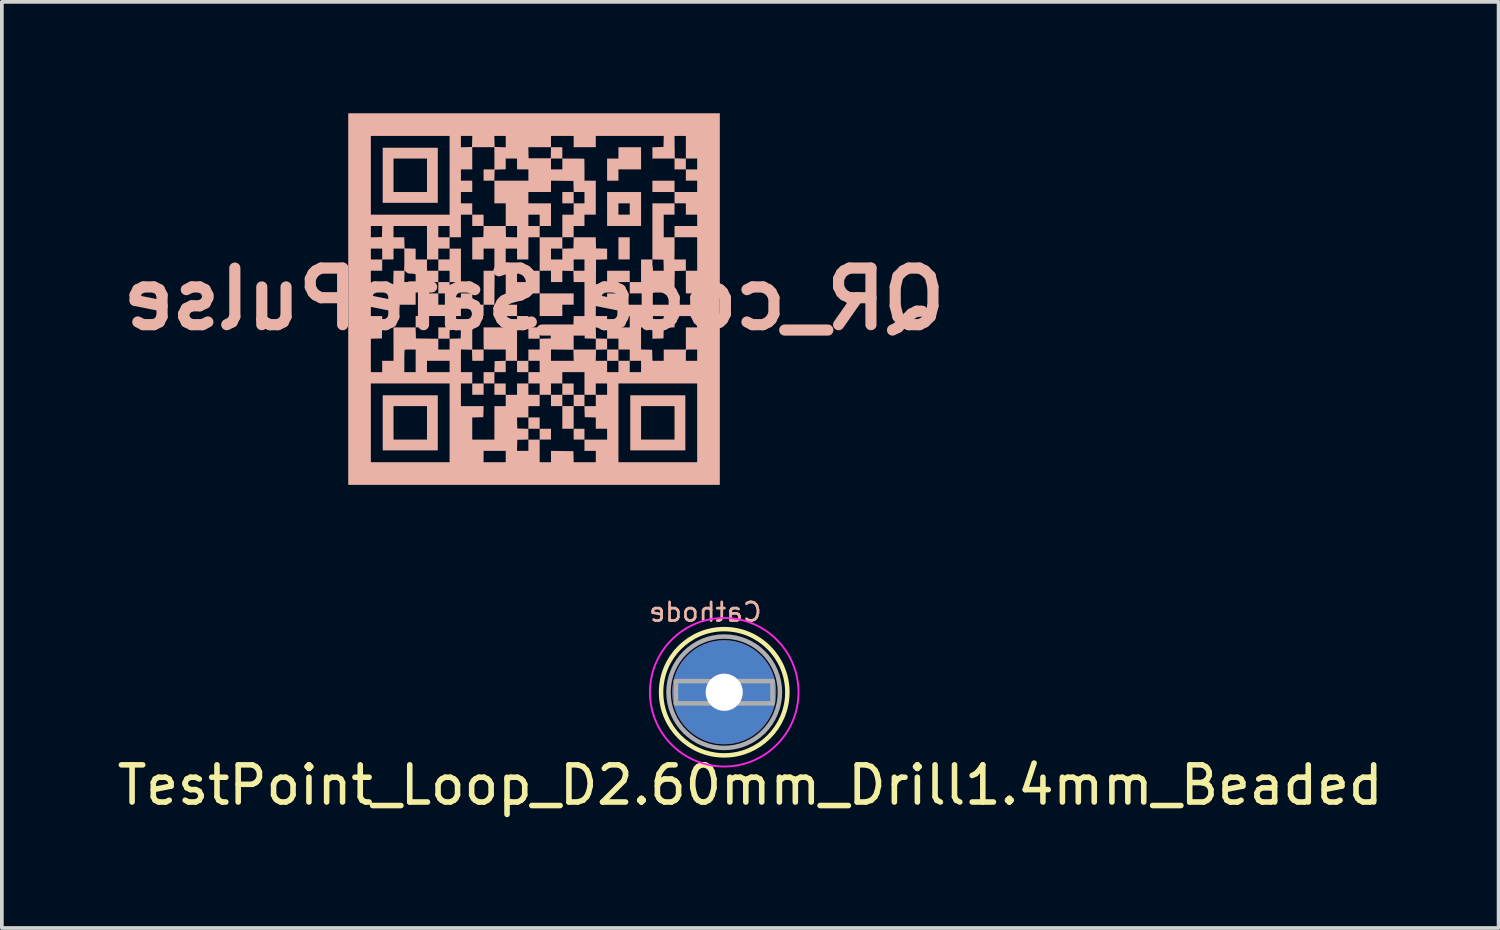
<source format=kicad_pcb>
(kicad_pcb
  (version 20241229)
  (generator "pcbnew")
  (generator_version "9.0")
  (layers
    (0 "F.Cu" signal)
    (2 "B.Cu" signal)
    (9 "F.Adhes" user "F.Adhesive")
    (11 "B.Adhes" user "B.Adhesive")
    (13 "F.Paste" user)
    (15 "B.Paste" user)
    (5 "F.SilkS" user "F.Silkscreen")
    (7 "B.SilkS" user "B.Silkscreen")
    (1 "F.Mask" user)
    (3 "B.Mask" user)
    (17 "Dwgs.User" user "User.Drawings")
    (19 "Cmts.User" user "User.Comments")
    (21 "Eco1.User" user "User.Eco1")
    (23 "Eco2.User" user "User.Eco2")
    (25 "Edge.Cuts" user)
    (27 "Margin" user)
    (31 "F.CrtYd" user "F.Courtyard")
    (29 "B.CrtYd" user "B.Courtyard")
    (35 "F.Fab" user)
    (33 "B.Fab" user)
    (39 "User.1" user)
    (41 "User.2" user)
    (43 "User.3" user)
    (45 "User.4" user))
  (footprint "TestPoint_Loop_D2.60mm_Drill1.4mm_Beaded"
    (layer "F.Cu")
    (at 16.449 15.588)
    (property "Reference" "TestPoint_Loop_D2.60mm_Drill1.4mm_Beaded" (at 0.7 2.5 0) (layer "F.SilkS") (effects (font (size 1 1) (thickness 0.15))))
    (property "Value" "Cathode" (at -0.508 -2.413 0) (layer "F.SilkS") (hide yes) (effects (font (size 0.5 0.5) (thickness 0.075))))
    (attr through_hole)
    (fp_circle (center 0 0) (end 1.7 0) (stroke (width 0.12) (type solid)) (fill no) (layer "F.SilkS"))
    (fp_circle (center 0 0) (end 2 0) (stroke (width 0.05) (type solid)) (fill no) (layer "F.CrtYd"))
    (fp_line (start -1.3 -0.3) (end -1.3 0.3) (stroke (width 0.12) (type solid)) (layer "F.Fab"))
    (fp_line (start -1.3 0.3) (end 1.3 0.3) (stroke (width 0.12) (type solid)) (layer "F.Fab"))
    (fp_line (start 1.3 -0.3) (end -1.3 -0.3) (stroke (width 0.12) (type solid)) (layer "F.Fab"))
    (fp_line (start 1.3 0.3) (end 1.3 -0.3) (stroke (width 0.12) (type solid)) (layer "F.Fab"))
    (fp_circle (center 0 0) (end 1.5 0) (stroke (width 0.12) (type solid)) (fill no) (layer "F.Fab"))
    (fp_text user "${VALUE}" (at -0.508 -2.159 0) (layer "B.SilkS") (effects (font (size 0.5 0.5) (thickness 0.075)) (justify mirror)))
    (pad "1" thru_hole circle (at 0 0) (size 2.8 2.8) (drill 1) (layers "*.Cu" "*.Mask")))
  (footprint "QR_code_SafePulse"
    (layer "F.Cu")
    (at 11.328 5.002)
    (property "Reference" "QR_code_SafePulse" (at 0 0 0) (layer "B.SilkS") (effects (font (size 1.524 1.524) (thickness 0.3)) (justify mirror)))
    (attr through_hole)
    (fp_poly (pts (xy -2.882 0.457) (xy -3.187 0.457) (xy -3.187 0.762) (xy -2.882 0.762)) (stroke (width 0) (type solid)) (fill yes) (layer "B.SilkS"))
    (fp_poly (pts (xy -2.273 -0.457) (xy -2.577 -0.457) (xy -2.577 -0.152) (xy -2.273 -0.152)) (stroke (width 0) (type solid)) (fill yes) (layer "B.SilkS"))
    (fp_poly (pts (xy -2.273 0.762) (xy -2.577 0.762) (xy -2.577 1.067) (xy -2.273 1.067)) (stroke (width 0) (type solid)) (fill yes) (layer "B.SilkS"))
    (fp_poly (pts (xy -1.663 -0.152) (xy -1.968 -0.152) (xy -1.968 0.152) (xy -1.663 0.152)) (stroke (width 0) (type solid)) (fill yes) (layer "B.SilkS"))
    (fp_poly (pts (xy -1.358 -2.273) (xy -1.663 -2.273) (xy -1.663 -1.968) (xy -1.358 -1.968)) (stroke (width 0) (type solid)) (fill yes) (layer "B.SilkS"))
    (fp_poly (pts (xy -1.358 0.152) (xy -1.663 0.152) (xy -1.663 0.457) (xy -1.358 0.457)) (stroke (width 0) (type solid)) (fill yes) (layer "B.SilkS"))
    (fp_poly (pts (xy -1.358 2.273) (xy -1.663 2.273) (xy -1.663 2.577) (xy -1.358 2.577)) (stroke (width 0) (type solid)) (fill yes) (layer "B.SilkS"))
    (fp_poly (pts (xy -0.762 2.273) (xy -1.067 2.273) (xy -1.067 2.577) (xy -0.762 2.577)) (stroke (width 0) (type solid)) (fill yes) (layer "B.SilkS"))
    (fp_poly (pts (xy -0.457 0.152) (xy -1.067 0.152) (xy -1.067 0.457) (xy -0.457 0.457)) (stroke (width 0) (type solid)) (fill yes) (layer "B.SilkS"))
    (fp_poly (pts (xy -0.152 0.457) (xy -0.457 0.457) (xy -0.457 0.762) (xy -0.152 0.762)) (stroke (width 0) (type solid)) (fill yes) (layer "B.SilkS"))
    (fp_poly (pts (xy -0.152 1.663) (xy -0.457 1.663) (xy -0.457 1.968) (xy -0.152 1.968)) (stroke (width 0) (type solid)) (fill yes) (layer "B.SilkS"))
    (fp_poly (pts (xy 0.152 0.762) (xy -0.152 0.762) (xy -0.152 1.067) (xy 0.152 1.067)) (stroke (width 0) (type solid)) (fill yes) (layer "B.SilkS"))
    (fp_poly (pts (xy 0.152 3.187) (xy -0.152 3.187) (xy -0.152 3.492) (xy 0.152 3.492)) (stroke (width 0) (type solid)) (fill yes) (layer "B.SilkS"))
    (fp_poly (pts (xy 0.457 3.492) (xy 0.152 3.492) (xy 0.152 3.783) (xy 0.457 3.783)) (stroke (width 0) (type solid)) (fill yes) (layer "B.SilkS"))
    (fp_poly (pts (xy 1.067 -2.882) (xy 0.762 -2.882) (xy 0.762 -2.577) (xy 1.067 -2.577)) (stroke (width 0) (type solid)) (fill yes) (layer "B.SilkS"))
    (fp_poly (pts (xy 1.358 3.492) (xy 1.067 3.492) (xy 1.067 3.783) (xy 1.358 3.783)) (stroke (width 0) (type solid)) (fill yes) (layer "B.SilkS"))
    (fp_poly (pts (xy 2.273 -0.152) (xy 1.968 -0.152) (xy 1.968 0.152) (xy 2.273 0.152)) (stroke (width 0) (type solid)) (fill yes) (layer "B.SilkS"))
    (fp_poly (pts (xy 2.273 1.358) (xy 1.968 1.358) (xy 1.968 1.663) (xy 2.273 1.663)) (stroke (width 0) (type solid)) (fill yes) (layer "B.SilkS"))
    (fp_poly (pts (xy 2.577 -1.663) (xy 2.273 -1.663) (xy 2.273 -1.067) (xy 2.577 -1.067)) (stroke (width 0) (type solid)) (fill yes) (layer "B.SilkS"))
    (fp_poly (pts (xy 2.577 -0.762) (xy 1.968 -0.762) (xy 1.968 -0.457) (xy 2.577 -0.457)) (stroke (width 0) (type solid)) (fill yes) (layer "B.SilkS"))
    (fp_poly (pts (xy 3.783 -3.187) (xy 3.187 -3.187) (xy 3.187 -2.882) (xy 3.783 -2.882)) (stroke (width 0) (type solid)) (fill yes) (layer "B.SilkS"))
    (fp_poly (pts (xy -1.968 0.152) (xy -2.577 0.152) (xy -2.577 -0.152) (xy -2.882 -0.152) (xy -2.882 0.457) (xy -1.968 0.457)) (stroke (width 0) (type solid)) (fill yes) (layer "B.SilkS"))
    (fp_poly (pts (xy 0.762 0.152) (xy 1.067 0.152) (xy 1.067 -0.152) (xy 0.152 -0.152) (xy 0.152 0.457) (xy 0.762 0.457)) (stroke (width 0) (type solid)) (fill yes) (layer "B.SilkS"))
    (fp_poly (pts (xy -1.968 -1.358) (xy -2.273 -1.358) (xy -2.273 -1.067) (xy -2.577 -1.067) (xy -2.577 -0.762) (xy -2.273 -0.762) (xy -2.273 -0.457) (xy -1.968 -0.457)) (stroke (width 0) (type solid)) (fill yes) (layer "B.SilkS"))
    (fp_poly (pts (xy 0.152 -0.762) (xy -0.152 -0.762) (xy -0.152 -0.457) (xy -0.457 -0.457) (xy -0.457 -0.762) (xy -0.762 -0.762) (xy -0.762 -0.152) (xy 0.152 -0.152)) (stroke (width 0) (type solid)) (fill yes) (layer "B.SilkS"))
    (fp_poly (pts (xy 2.273 -3.492) (xy 2.882 -3.492) (xy 2.882 -4.088) (xy 2.273 -4.088) (xy 2.273 -3.783) (xy 1.968 -3.783) (xy 1.968 -3.187) (xy 2.273 -3.187)) (stroke (width 0) (type solid)) (fill yes) (layer "B.SilkS"))
    (fp_poly (pts (xy -2.591 -4.074) (xy -4.074 -4.074) (xy -4.074 -2.882) (xy -3.783 -2.882) (xy -3.783 -3.783) (xy -2.882 -3.783) (xy -2.882 -2.882) (xy -3.783 -2.882) (xy -4.074 -2.882) (xy -4.074 -2.591) (xy -2.591 -2.591)) (stroke (width 0) (type solid)) (fill yes) (layer "B.SilkS"))
    (fp_poly (pts (xy -2.591 2.591) (xy -4.074 2.591) (xy -4.074 3.783) (xy -3.783 3.783) (xy -3.783 2.882) (xy -2.882 2.882) (xy -2.882 3.783) (xy -3.783 3.783) (xy -4.074 3.783) (xy -4.074 4.074) (xy -2.591 4.074)) (stroke (width 0) (type solid)) (fill yes) (layer "B.SilkS"))
    (fp_poly (pts (xy 2.882 -2.882) (xy 1.968 -2.882) (xy 1.968 -2.273) (xy 2.273 -2.273) (xy 2.273 -2.577) (xy 2.577 -2.577) (xy 2.577 -2.273) (xy 2.273 -2.273) (xy 1.968 -2.273) (xy 1.968 -1.968) (xy 2.882 -1.968)) (stroke (width 0) (type solid)) (fill yes) (layer "B.SilkS"))
    (fp_poly (pts (xy 4.074 2.591) (xy 2.591 2.591) (xy 2.591 3.783) (xy 2.882 3.783) (xy 2.882 2.882) (xy 3.783 2.882) (xy 3.783 3.783) (xy 2.882 3.783) (xy 2.591 3.783) (xy 2.591 4.074) (xy 4.074 4.074)) (stroke (width 0) (type solid)) (fill yes) (layer "B.SilkS"))
    (fp_poly (pts (xy 1.358 2.882) (xy 1.358 2.577) (xy 1.067 2.577) (xy 1.067 2.273) (xy 0.762 2.273) (xy 0.762 2.577) (xy 0.457 2.577) (xy 0.457 2.882) (xy 0.762 2.882) (xy 0.762 2.577) (xy 1.067 2.577) (xy 1.067 2.882) (xy 0.762 2.882) (xy 0.762 3.492) (xy 1.067 3.492) (xy 1.067 2.882)) (stroke (width 0) (type solid)) (fill yes) (layer "B.SilkS"))
    (fp_poly (pts (xy -1.067 1.968) (xy -0.762 1.968) (xy -0.762 1.663) (xy -0.457 1.663) (xy -0.457 0.762) (xy -1.358 0.762) (xy -1.359 0.911) (xy -1.359 1.009) (xy -1.359 1.102) (xy -1.358 1.186) (xy -1.357 1.258) (xy -1.355 1.312) (xy -1.354 1.345) (xy -1.352 1.355) (xy -1.338 1.356) (xy -1.3 1.357) (xy -1.242 1.358) (xy -1.169 1.358) (xy -1.085 1.359) (xy -1.055 1.359) (xy -0.762 1.359) (xy -0.762 1.662) (xy -0.911 1.666) (xy -1.06 1.67) (xy -1.064 1.819) (xy -1.068 1.968) (xy -1.358 1.968) (xy -1.358 2.273) (xy -1.067 2.273)) (stroke (width 0) (type solid)) (fill yes) (layer "B.SilkS"))
    (fp_poly (pts (xy 2.577 -0.152) (xy 3.187 -0.152) (xy 3.187 -0.458) (xy 3.336 -0.454) (xy 3.485 -0.45) (xy 3.489 -0.301) (xy 3.493 -0.152) (xy 3.783 -0.152) (xy 3.784 -0.301) (xy 3.784 -0.385) (xy 3.785 -0.48) (xy 3.787 -0.57) (xy 3.787 -0.603) (xy 3.79 -0.755) (xy 3.939 -0.759) (xy 4.088 -0.763) (xy 4.088 -1.067) (xy 3.781 -1.067) (xy 3.783 -1.216) (xy 3.784 -1.3) (xy 3.784 -1.396) (xy 3.784 -1.486) (xy 3.784 -1.514) (xy 3.783 -1.663) (xy 3.492 -1.663) (xy 3.492 -2.273) (xy 3.783 -2.273) (xy 3.783 -2.577) (xy 3.187 -2.577) (xy 3.187 -1.068) (xy 3.336 -1.064) (xy 3.485 -1.06) (xy 3.493 -0.762) (xy 3.187 -0.762) (xy 3.187 -1.067) (xy 2.882 -1.067) (xy 2.882 -0.457) (xy 2.577 -0.457)) (stroke (width 0) (type solid)) (fill yes) (layer "B.SilkS"))
    (fp_poly (pts (xy 5.002 -5.002) (xy -5.002 -5.002) (xy -5.002 -2.273) (xy -4.393 -2.273) (xy -4.393 -4.393) (xy -2.273 -4.393) (xy -1.968 -4.393) (xy -1.662 -4.393) (xy -1.068 -4.393) (xy -0.762 -4.393) (xy -0.762 -4.088) (xy -0.153 -4.088) (xy 0.457 -4.088) (xy 0.457 -4.393) (xy 1.067 -4.393) (xy 1.067 -4.088) (xy 1.663 -4.088) (xy 1.663 -4.393) (xy 3.493 -4.393) (xy 3.783 -4.393) (xy 4.088 -4.393) (xy 4.088 -3.783) (xy 4.393 -3.783) (xy 4.393 -3.492) (xy 4.088 -3.492) (xy 4.088 -3.782) (xy 3.939 -3.786) (xy 3.79 -3.79) (xy 3.786 -4.091) (xy 3.783 -4.393) (xy 3.493 -4.393) (xy 3.489 -4.244) (xy 3.485 -4.095) (xy 3.336 -4.091) (xy 3.187 -4.087) (xy 3.187 -3.783) (xy 3.783 -3.783) (xy 3.783 -3.492) (xy 4.088 -3.492) (xy 4.088 -3.187) (xy 4.393 -3.187) (xy 4.393 -2.882) (xy 3.783 -2.882) (xy 3.783 -2.577) (xy 4.088 -2.577) (xy 4.088 -2.273) (xy 4.393 -2.273) (xy 4.393 -1.968) (xy 3.783 -1.968) (xy 3.783 -1.663) (xy 4.393 -1.663) (xy 4.393 -0.762) (xy 4.088 -0.762) (xy 4.088 -0.152) (xy 4.393 -0.152) (xy 4.393 0.152) (xy 2.273 0.152) (xy 2.273 0.457) (xy 2.577 0.457) (xy 2.577 0.762) (xy 1.968 0.762) (xy 1.968 0.457) (xy 1.663 0.457) (xy 1.666 -0.301) (xy 1.67 -1.06) (xy 1.819 -1.064) (xy 1.968 -1.068) (xy 1.968 -1.357) (xy 1.819 -1.361) (xy 1.67 -1.365) (xy 1.666 -1.514) (xy 1.662 -1.663) (xy 1.068 -1.663) (xy 1.064 -1.514) (xy 1.06 -1.365) (xy 0.762 -1.357) (xy 0.762 -1.067) (xy 0.457 -1.067) (xy 0.457 -1.358) (xy 0.762 -1.358) (xy 0.762 -1.663) (xy 1.067 -1.663) (xy 1.067 -1.968) (xy 1.358 -1.968) (xy 1.358 -2.273) (xy 1.663 -2.273) (xy 1.663 -3.187) (xy 1.359 -3.187) (xy 1.359 -3.48) (xy 1.358 -3.567) (xy 1.358 -3.644) (xy 1.357 -3.707) (xy 1.356 -3.752) (xy 1.355 -3.775) (xy 1.355 -3.777) (xy 1.339 -3.779) (xy 1.3 -3.781) (xy 1.241 -3.782) (xy 1.167 -3.783) (xy 1.08 -3.784) (xy 0.985 -3.784) (xy 0.911 -3.784) (xy 0.762 -3.783) (xy 0.762 -4.088) (xy 0.458 -4.088) (xy 0.454 -3.939) (xy 0.45 -3.79) (xy -0.145 -3.79) (xy -0.149 -3.939) (xy -0.153 -4.088) (xy -0.762 -4.088) (xy -0.762 -4.087) (xy -0.911 -4.091) (xy -1.06 -4.095) (xy -1.064 -4.244) (xy -1.068 -4.393) (xy -1.662 -4.393) (xy -1.666 -4.244) (xy -1.67 -4.095) (xy -1.819 -4.091) (xy -1.968 -4.087) (xy -1.968 -4.393) (xy -2.273 -4.393) (xy -2.273 -2.273) (xy -4.393 -2.273) (xy -5.002 -2.273) (xy -5.002 -1.968) (xy -4.393 -1.968) (xy -4.087 -1.968) (xy -4.091 -1.819) (xy -4.095 -1.67) (xy -4.244 -1.666) (xy -4.357 -1.663) (xy -3.783 -1.663) (xy -3.783 -1.968) (xy -2.882 -1.968) (xy -2.882 -1.663) (xy -2.577 -1.663) (xy -2.577 -1.968) (xy -2.273 -1.968) (xy -2.273 -1.663) (xy -2.577 -1.663) (xy -2.882 -1.663) (xy -2.882 -1.067) (xy -3.187 -1.067) (xy -3.187 -1.357) (xy -3.336 -1.361) (xy -3.485 -1.365) (xy -3.489 -1.514) (xy -3.493 -1.663) (xy -3.783 -1.663) (xy -4.357 -1.663) (xy -4.393 -1.662) (xy -4.393 -1.968) (xy -5.002 -1.968) (xy -5.002 -1.067) (xy -4.393 -1.067) (xy -4.393 -1.358) (xy -4.088 -1.358) (xy -4.088 -1.067) (xy -4.393 -1.067) (xy -5.002 -1.067) (xy -5.002 1.968) (xy -4.393 1.968) (xy -4.393 1.068) (xy -4.244 1.064) (xy -4.095 1.06) (xy -4.091 0.759) (xy -4.087 0.457) (xy -4.393 0.457) (xy -4.393 -0.762) (xy -4.088 -0.762) (xy -4.088 -1.067) (xy -3.783 -1.067) (xy -3.783 -1.358) (xy -3.492 -1.358) (xy -3.492 -0.762) (xy -3.782 -0.762) (xy -3.786 -0.606) (xy -3.787 -0.543) (xy -3.788 -0.46) (xy -3.788 -0.457) (xy -3.493 -0.457) (xy -3.489 -0.606) (xy -3.485 -0.755) (xy -3.336 -0.759) (xy -3.187 -0.763) (xy -3.187 -0.457) (xy -3.493 -0.457) (xy -3.788 -0.457) (xy -3.788 -0.363) (xy -3.787 -0.26) (xy -3.786 -0.159) (xy -3.786 -0.149) (xy -3.782 0.152) (xy -3.187 0.152) (xy -3.187 -0.457) (xy -2.577 -0.457) (xy -2.577 -0.762) (xy -2.882 -0.762) (xy -2.882 -1.067) (xy -2.577 -1.067) (xy -2.577 -1.358) (xy -2.273 -1.358) (xy -2.273 -1.663) (xy -1.968 -1.663) (xy -1.968 -2.273) (xy -1.663 -2.273) (xy -1.663 -2.577) (xy -1.968 -2.577) (xy -1.968 -2.882) (xy -1.663 -2.882) (xy -1.663 -3.187) (xy -1.968 -3.187) (xy -1.968 -3.492) (xy -1.663 -3.492) (xy -1.663 -4.088) (xy -1.067 -4.088) (xy -1.067 -3.492) (xy -1.358 -3.492) (xy -1.358 -3.187) (xy -1.068 -3.187) (xy -1.064 -3.336) (xy -1.06 -3.485) (xy -0.911 -3.489) (xy -0.762 -3.493) (xy -0.762 -3.783) (xy -0.457 -3.783) (xy -0.457 -3.492) (xy -0.152 -3.492) (xy 0.457 -3.492) (xy 0.457 -3.783) (xy 0.762 -3.783) (xy 0.762 -3.492) (xy 0.457 -3.492) (xy -0.152 -3.492) (xy -0.152 -3.187) (xy -1.067 -3.187) (xy -1.067 -2.577) (xy -0.762 -2.577) (xy -0.152 -2.577) (xy -0.152 -2.882) (xy 0.457 -2.882) (xy 0.457 -3.188) (xy 0.759 -3.184) (xy 1.06 -3.18) (xy 1.064 -3.031) (xy 1.068 -2.882) (xy 1.358 -2.882) (xy 1.358 -2.577) (xy 1.067 -2.577) (xy 1.067 -2.273) (xy 0.762 -2.273) (xy 0.762 -1.663) (xy 0.152 -1.663) (xy 0.152 -1.968) (xy 0.457 -1.968) (xy 0.457 -2.577) (xy -0.152 -2.577) (xy -0.762 -2.577) (xy -0.762 -1.968) (xy -0.457 -1.968) (xy -0.152 -1.968) (xy -0.152 -2.273) (xy 0.152 -2.273) (xy 0.152 -1.968) (xy -0.152 -1.968) (xy -0.457 -1.968) (xy -0.457 -1.662) (xy -0.606 -1.666) (xy -0.755 -1.67) (xy -0.759 -1.819) (xy -0.763 -1.968) (xy -1.357 -1.968) (xy -1.361 -1.819) (xy -1.365 -1.67) (xy -1.514 -1.666) (xy -1.663 -1.662) (xy -1.663 -1.067) (xy -1.358 -1.067) (xy -1.358 -1.358) (xy -1.067 -1.358) (xy -1.067 -0.762) (xy -1.358 -0.762) (xy -1.358 0.152) (xy -1.067 0.152) (xy -1.064 -0.301) (xy -1.06 -0.755) (xy -0.911 -0.759) (xy -0.762 -0.763) (xy -0.762 -1.358) (xy -0.457 -1.358) (xy -0.457 -1.067) (xy -0.152 -1.067) (xy -0.152 -1.663) (xy 0.152 -1.663) (xy 0.152 -0.762) (xy 0.457 -0.762) (xy 0.457 -0.457) (xy 0.762 -0.457) (xy 0.762 -0.763) (xy 0.798 -0.762) (xy 1.067 -0.762) (xy 1.067 -1.067) (xy 1.358 -1.067) (xy 1.358 -0.762) (xy 1.067 -0.762) (xy 0.798 -0.762) (xy 1.06 -0.755) (xy 1.064 -0.606) (xy 1.068 -0.457) (xy 1.358 -0.457) (xy 1.358 0.457) (xy 1.068 0.457) (xy 1.064 0.606) (xy 1.06 0.755) (xy 0.759 0.759) (xy 0.458 0.763) (xy 0.454 0.911) (xy 0.45 1.06) (xy 0.301 1.064) (xy 0.152 1.068) (xy 0.152 1.358) (xy 1.067 1.358) (xy 1.067 0.762) (xy 1.357 0.762) (xy 1.361 0.911) (xy 1.365 1.06) (xy 1.514 1.064) (xy 1.663 1.068) (xy 1.663 1.358) (xy 1.067 1.358) (xy 0.152 1.358) (xy -0.152 1.358) (xy -0.152 1.663) (xy 0.152 1.663) (xy 0.457 1.663) (xy 0.457 1.358) (xy 1.06 1.365) (xy 1.064 1.514) (xy 1.068 1.663) (xy 1.662 1.663) (xy 1.666 1.514) (xy 1.67 1.365) (xy 1.819 1.361) (xy 1.968 1.357) (xy 1.968 1.068) (xy 1.819 1.064) (xy 1.67 1.06) (xy 1.666 0.911) (xy 1.662 0.762) (xy 1.968 0.762) (xy 1.968 1.067) (xy 2.273 1.067) (xy 2.273 1.357) (xy 2.882 1.357) (xy 2.882 0.762) (xy 3.187 0.762) (xy 3.187 0.457) (xy 3.493 0.457) (xy 3.489 0.606) (xy 3.485 0.755) (xy 3.336 0.759) (xy 3.187 0.763) (xy 3.187 1.068) (xy 3.336 1.064) (xy 3.485 1.06) (xy 3.489 0.911) (xy 3.493 0.762) (xy 3.783 0.762) (xy 3.783 0.457) (xy 4.393 0.457) (xy 4.393 0.762) (xy 4.088 0.762) (xy 4.088 1.358) (xy 3.492 1.358) (xy 3.492 1.663) (xy 4.088 1.663) (xy 4.088 1.52) (xy 4.089 1.459) (xy 4.091 1.409) (xy 4.094 1.377) (xy 4.097 1.367) (xy 4.114 1.363) (xy 4.152 1.36) (xy 4.206 1.358) (xy 4.25 1.358) (xy 4.393 1.358) (xy 4.393 1.663) (xy 4.088 1.663) (xy 3.492 1.663) (xy 3.188 1.663) (xy 3.184 1.514) (xy 3.18 1.365) (xy 3.031 1.361) (xy 2.882 1.357) (xy 2.273 1.357) (xy 2.273 1.358) (xy 2.577 1.358) (xy 2.577 1.663) (xy 2.273 1.663) (xy 2.273 1.968) (xy 2.577 1.968) (xy 2.577 1.663) (xy 2.882 1.663) (xy 2.882 1.968) (xy 2.577 1.968) (xy 2.273 1.968) (xy 1.968 1.968) (xy 1.968 1.663) (xy 1.662 1.663) (xy 1.068 1.663) (xy 0.457 1.663) (xy 0.152 1.663) (xy 0.152 1.968) (xy -0.152 1.968) (xy -0.152 2.273) (xy -0.457 2.273) (xy -0.457 2.577) (xy -0.152 2.577) (xy -0.152 2.273) (xy 0.152 2.273) (xy 0.152 2.577) (xy -0.152 2.577) (xy -0.457 2.577) (xy -0.762 2.577) (xy -0.762 2.882) (xy -1.067 2.882) (xy -1.067 3.783) (xy -1.663 3.783) (xy -1.663 3.188) (xy -1.514 3.184) (xy -1.365 3.18) (xy -1.357 2.882) (xy -1.968 2.882) (xy -1.968 2.273) (xy -1.663 2.273) (xy -1.663 1.968) (xy -1.968 1.968) (xy -1.968 1.357) (xy -1.819 1.361) (xy -1.67 1.365) (xy -1.666 1.514) (xy -1.662 1.663) (xy -1.358 1.663) (xy -1.358 1.358) (xy -1.663 1.358) (xy -1.663 0.762) (xy -1.967 0.762) (xy -1.971 0.911) (xy -1.975 1.06) (xy -2.124 1.064) (xy -2.273 1.068) (xy -2.273 1.358) (xy -2.577 1.358) (xy -2.577 1.068) (xy -2.879 1.064) (xy -3.18 1.06) (xy -3.184 0.911) (xy -3.188 0.762) (xy -3.783 0.762) (xy -3.784 0.911) (xy -3.784 0.972) (xy -3.784 1.053) (xy -3.784 1.148) (xy -3.784 1.25) (xy -3.783 1.35) (xy -3.783 1.361) (xy -3.783 1.663) (xy -4.088 1.663) (xy -4.088 1.968) (xy -3.492 1.968) (xy -3.492 1.672) (xy -3.492 1.584) (xy -3.49 1.506) (xy -3.489 1.441) (xy -3.486 1.395) (xy -3.484 1.37) (xy -3.483 1.367) (xy -3.466 1.363) (xy -3.427 1.36) (xy -3.374 1.358) (xy -3.33 1.358) (xy -3.187 1.358) (xy -3.187 1.968) (xy -2.882 1.968) (xy -2.882 1.663) (xy -2.273 1.663) (xy -2.273 1.968) (xy -2.882 1.968) (xy -3.187 1.968) (xy -3.492 1.968) (xy -4.088 1.968) (xy -4.393 1.968) (xy -5.002 1.968) (xy -5.002 4.393) (xy -4.393 4.393) (xy -4.393 2.273) (xy -2.273 2.273) (xy -2.273 4.393) (xy -1.358 4.393) (xy -1.358 4.088) (xy -0.762 4.088) (xy -0.458 4.088) (xy -0.454 3.939) (xy -0.45 3.79) (xy -0.301 3.786) (xy -0.152 3.782) (xy -0.152 3.493) (xy -0.301 3.489) (xy -0.45 3.485) (xy -0.454 3.336) (xy -0.458 3.187) (xy -0.152 3.187) (xy -0.152 2.882) (xy 0.152 2.882) (xy 0.152 2.577) (xy 0.457 2.577) (xy 0.457 2.273) (xy 0.762 2.273) (xy 0.762 1.968) (xy 1.358 1.968) (xy 1.358 2.577) (xy 1.663 2.577) (xy 1.663 2.273) (xy 1.968 2.273) (xy 1.968 2.577) (xy 1.663 2.577) (xy 1.663 2.882) (xy 1.357 2.882) (xy 1.365 3.18) (xy 1.514 3.184) (xy 1.663 3.188) (xy 1.663 3.492) (xy 1.968 3.492) (xy 1.968 3.783) (xy 1.358 3.783) (xy 1.358 4.088) (xy 1.663 4.088) (xy 1.663 4.393) (xy 2.273 4.393) (xy 2.273 2.273) (xy 4.393 2.273) (xy 4.393 4.393) (xy 2.273 4.393) (xy 1.663 4.393) (xy 1.068 4.393) (xy 1.064 4.244) (xy 1.06 4.095) (xy 0.759 4.091) (xy 0.457 4.087) (xy 0.457 4.393) (xy 0.152 4.393) (xy 0.152 3.783) (xy -0.152 3.783) (xy -0.152 4.088) (xy -0.458 4.088) (xy -0.762 4.088) (xy -0.762 4.393) (xy -1.358 4.393) (xy -2.273 4.393) (xy -4.393 4.393) (xy -5.002 4.393) (xy -5.002 5.002) (xy 5.002 5.002)) (stroke (width 0) (type solid)) (fill yes) (layer "B.SilkS")))
  (gr_rect
    (start -3 -3)
    (end 37.298 21.936)
    (stroke (width 0.1) (type default))
    (fill no)
    (layer "Edge.Cuts")))
</source>
